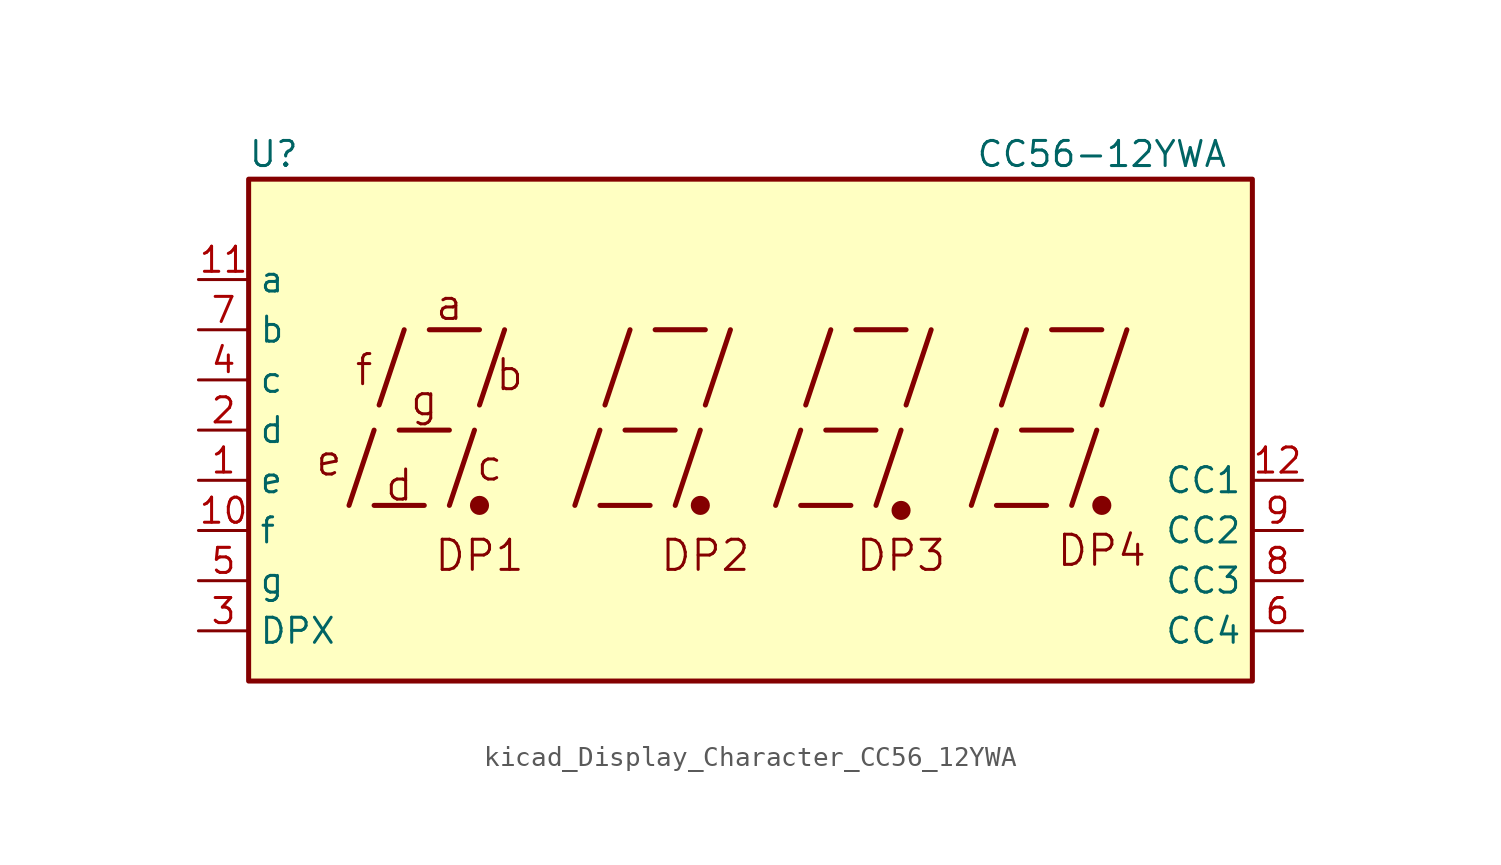
<source format=kicad_sym>
(kicad_symbol_lib
  (version 20220914)
  (generator kicad_symbol_editor)
  (symbol "kicad_Display_Character_CC56_12YWA"
    (property "Reference" "U"
      (at -24.13 13.97 0)
      (effects (font (size 1.27 1.27))))
    (property "Value" "CC56-12YWA"
      (at 17.78 13.97 0)
      (effects (font (size 1.27 1.27))))
    (symbol "kicad_Display_Character_CC56_12YWA_0_0"
      (rectangle (start -25.4 12.7) (end 25.4 -12.7) (stroke (width 0.254) (type default)) (fill (type background)))
      (polyline (pts (xy -20.32 -3.81) (xy -19.05 0)) (stroke (width 0.254) (type default)) (fill (type none)))
      (polyline (pts (xy -19.05 -3.81) (xy -16.51 -3.81)) (stroke (width 0.254) (type default)) (fill (type none)))
      (polyline (pts (xy -18.796 1.27) (xy -17.526 5.08)) (stroke (width 0.254) (type default)) (fill (type none)))
      (polyline (pts (xy -17.78 0) (xy -15.24 0)) (stroke (width 0.254) (type default)) (fill (type none)))
      (polyline (pts (xy -16.256 5.08) (xy -13.716 5.08)) (stroke (width 0.254) (type default)) (fill (type none)))
      (polyline (pts (xy -15.24 -3.81) (xy -13.97 0)) (stroke (width 0.254) (type default)) (fill (type none)))
      (polyline (pts (xy -13.716 1.27) (xy -12.446 5.08)) (stroke (width 0.254) (type default)) (fill (type none)))
      (polyline (pts (xy -8.89 -3.81) (xy -7.62 0)) (stroke (width 0.254) (type default)) (fill (type none)))
      (polyline (pts (xy -7.62 -3.81) (xy -5.08 -3.81)) (stroke (width 0.254) (type default)) (fill (type none)))
      (polyline (pts (xy -7.366 1.27) (xy -6.096 5.08)) (stroke (width 0.254) (type default)) (fill (type none)))
      (polyline (pts (xy -6.35 0) (xy -3.81 0)) (stroke (width 0.254) (type default)) (fill (type none)))
      (polyline (pts (xy -4.826 5.08) (xy -2.286 5.08)) (stroke (width 0.254) (type default)) (fill (type none)))
      (polyline (pts (xy -3.81 -3.81) (xy -2.54 0)) (stroke (width 0.254) (type default)) (fill (type none)))
      (polyline (pts (xy -2.286 1.27) (xy -1.016 5.08)) (stroke (width 0.254) (type default)) (fill (type none)))
      (polyline (pts (xy 1.27 -3.81) (xy 2.54 0)) (stroke (width 0.254) (type default)) (fill (type none)))
      (polyline (pts (xy 2.54 -3.81) (xy 5.08 -3.81)) (stroke (width 0.254) (type default)) (fill (type none)))
      (polyline (pts (xy 2.794 1.27) (xy 4.064 5.08)) (stroke (width 0.254) (type default)) (fill (type none)))
      (polyline (pts (xy 3.81 0) (xy 6.35 0)) (stroke (width 0.254) (type default)) (fill (type none)))
      (polyline (pts (xy 5.334 5.08) (xy 7.874 5.08)) (stroke (width 0.254) (type default)) (fill (type none)))
      (polyline (pts (xy 6.35 -3.81) (xy 7.62 0)) (stroke (width 0.254) (type default)) (fill (type none)))
      (polyline (pts (xy 7.874 1.27) (xy 9.144 5.08)) (stroke (width 0.254) (type default)) (fill (type none)))
      (polyline (pts (xy 11.176 -3.81) (xy 12.446 0)) (stroke (width 0.254) (type default)) (fill (type none)))
      (polyline (pts (xy 12.446 -3.81) (xy 14.986 -3.81)) (stroke (width 0.254) (type default)) (fill (type none)))
      (polyline (pts (xy 12.7 1.27) (xy 13.97 5.08)) (stroke (width 0.254) (type default)) (fill (type none)))
      (polyline (pts (xy 13.716 0) (xy 16.256 0)) (stroke (width 0.254) (type default)) (fill (type none)))
      (polyline (pts (xy 15.24 5.08) (xy 17.78 5.08)) (stroke (width 0.254) (type default)) (fill (type none)))
      (polyline (pts (xy 16.256 -3.81) (xy 17.526 0)) (stroke (width 0.254) (type default)) (fill (type none)))
      (polyline (pts (xy 17.78 1.27) (xy 19.05 5.08)) (stroke (width 0.254) (type default)) (fill (type none)))
      (text "a" (at -15.24 6.35 0) (effects (font (size 1.524 1.524))))
      (text "b" (at -12.192 2.794 0) (effects (font (size 1.524 1.524))))
      (text "c" (at -13.208 -1.778 0) (effects (font (size 1.524 1.524))))
      (text "d" (at -17.78 -2.794 0) (effects (font (size 1.524 1.524))))
      (text "DP1" (at -13.716 -6.35 0) (effects (font (size 1.524 1.524))))
      (text "DP2" (at -2.286 -6.35 0) (effects (font (size 1.524 1.524))))
      (text "DP3" (at 7.62 -6.35 0) (effects (font (size 1.524 1.524))))
      (text "DP4" (at 17.78 -6.096 0) (effects (font (size 1.524 1.524))))
      (text "e" (at -21.336 -1.524 0) (effects (font (size 1.524 1.524))))
      (text "f" (at -19.558 3.048 0) (effects (font (size 1.524 1.524))))
      (text "g" (at -16.51 1.524 0) (effects (font (size 1.524 1.524)))))
    (symbol "kicad_Display_Character_CC56_12YWA_0_1"
      (circle (center -13.716 -3.81) (radius 0.356) (stroke (width 0.254) (type default)) (fill (type outline)))
      (circle (center -2.54 -3.81) (radius 0.356) (stroke (width 0.254) (type default)) (fill (type outline))))
    (symbol "kicad_Display_Character_CC56_12YWA_1_0"
      (circle (center 7.62 -4.064) (radius 0.356) (stroke (width 0.254) (type default)) (fill (type outline)))
      (circle (center 17.78 -3.81) (radius 0.356) (stroke (width 0.254) (type default)) (fill (type outline))))
    (symbol "kicad_Display_Character_CC56_12YWA_1_1"
      (pin input line (at -27.94 -2.54 0) (length 2.54) (name "e" (effects (font (size 1.27 1.27)))) (number "1" (effects (font (size 1.27 1.27)))))
      (pin input line (at -27.94 -5.08 0) (length 2.54) (name "f" (effects (font (size 1.27 1.27)))) (number "10" (effects (font (size 1.27 1.27)))))
      (pin input line (at -27.94 7.62 0) (length 2.54) (name "a" (effects (font (size 1.27 1.27)))) (number "11" (effects (font (size 1.27 1.27)))))
      (pin input line (at 27.94 -2.54 180) (length 2.54) (name "CC1" (effects (font (size 1.27 1.27)))) (number "12" (effects (font (size 1.27 1.27)))))
      (pin input line (at -27.94 0 0) (length 2.54) (name "d" (effects (font (size 1.27 1.27)))) (number "2" (effects (font (size 1.27 1.27)))))
      (pin input line (at -27.94 -10.16 0) (length 2.54) (name "DPX" (effects (font (size 1.27 1.27)))) (number "3" (effects (font (size 1.27 1.27)))))
      (pin input line (at -27.94 2.54 0) (length 2.54) (name "c" (effects (font (size 1.27 1.27)))) (number "4" (effects (font (size 1.27 1.27)))))
      (pin input line (at -27.94 -7.62 0) (length 2.54) (name "g" (effects (font (size 1.27 1.27)))) (number "5" (effects (font (size 1.27 1.27)))))
      (pin input line (at 27.94 -10.16 180) (length 2.54) (name "CC4" (effects (font (size 1.27 1.27)))) (number "6" (effects (font (size 1.27 1.27)))))
      (pin input line (at -27.94 5.08 0) (length 2.54) (name "b" (effects (font (size 1.27 1.27)))) (number "7" (effects (font (size 1.27 1.27)))))
      (pin input line (at 27.94 -7.62 180) (length 2.54) (name "CC3" (effects (font (size 1.27 1.27)))) (number "8" (effects (font (size 1.27 1.27)))))
      (pin input line (at 27.94 -5.08 180) (length 2.54) (name "CC2" (effects (font (size 1.27 1.27)))) (number "9" (effects (font (size 1.27 1.27))))))))
</source>
